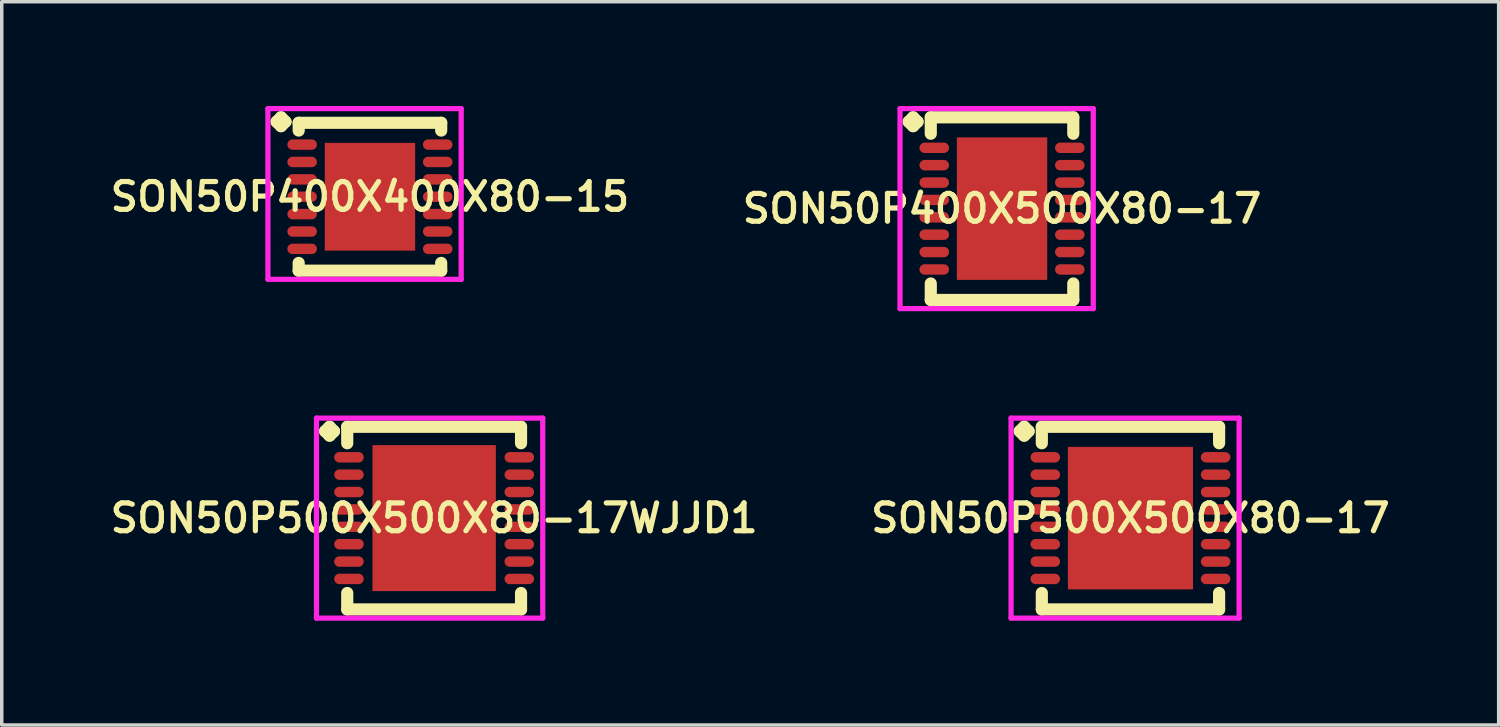
<source format=kicad_pcb>
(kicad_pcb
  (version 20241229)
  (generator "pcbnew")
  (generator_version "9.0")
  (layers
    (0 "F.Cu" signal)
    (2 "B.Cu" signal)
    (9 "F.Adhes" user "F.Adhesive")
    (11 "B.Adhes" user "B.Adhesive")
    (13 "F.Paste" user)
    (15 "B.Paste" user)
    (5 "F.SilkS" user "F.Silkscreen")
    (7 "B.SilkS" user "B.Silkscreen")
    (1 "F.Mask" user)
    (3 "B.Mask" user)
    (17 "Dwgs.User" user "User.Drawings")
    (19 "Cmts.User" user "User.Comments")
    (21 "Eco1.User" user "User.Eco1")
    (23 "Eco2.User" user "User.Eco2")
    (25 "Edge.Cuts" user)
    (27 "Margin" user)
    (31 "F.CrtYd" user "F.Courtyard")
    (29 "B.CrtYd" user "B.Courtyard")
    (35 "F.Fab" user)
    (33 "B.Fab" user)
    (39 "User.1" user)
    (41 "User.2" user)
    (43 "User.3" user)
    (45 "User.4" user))
  (footprint "SON50P500X500X80-17WJJD1"
    (layer "F.Cu")
    (at 9.44 11.856)
    (property "Reference" "SON50P500X500X80-17WJJD1" (at 0 0 0) (layer "F.SilkS") (effects (font (size 0.8 0.8) (thickness 0.15))))
    (attr smd)
    (fp_line (start -3.135 -2.5) (end -3.008 -2.627) (stroke (width 0.35) (type solid)) (layer "F.SilkS"))
    (fp_line (start -3.008 -2.627) (end -2.881 -2.5) (stroke (width 0.35) (type solid)) (layer "F.SilkS"))
    (fp_line (start -3.008 -2.373) (end -3.135 -2.5) (stroke (width 0.35) (type solid)) (layer "F.SilkS"))
    (fp_line (start -2.881 -2.5) (end -3.008 -2.373) (stroke (width 0.35) (type solid)) (layer "F.SilkS"))
    (fp_line (start -2.5 -2.627) (end 2.5 -2.627) (stroke (width 0.35) (type solid)) (layer "F.SilkS"))
    (fp_line (start -2.5 -2.154) (end -2.5 -2.627) (stroke (width 0.35) (type solid)) (layer "F.SilkS"))
    (fp_line (start -2.5 2.154) (end -2.5 2.627) (stroke (width 0.35) (type solid)) (layer "F.SilkS"))
    (fp_line (start -2.5 2.627) (end 2.5 2.627) (stroke (width 0.35) (type solid)) (layer "F.SilkS"))
    (fp_line (start 2.5 -2.627) (end 2.5 -2.154) (stroke (width 0.35) (type solid)) (layer "F.SilkS"))
    (fp_line (start 2.5 2.627) (end 2.5 2.154) (stroke (width 0.35) (type solid)) (layer "F.SilkS"))
    (fp_line (start -3.385 -2.877) (end 3.125 -2.877) (stroke (width 0.15) (type solid)) (layer "F.CrtYd"))
    (fp_line (start -3.385 2.877) (end -3.385 -2.877) (stroke (width 0.15) (type solid)) (layer "F.CrtYd"))
    (fp_line (start 3.125 -2.877) (end 3.125 2.877) (stroke (width 0.15) (type solid)) (layer "F.CrtYd"))
    (fp_line (start 3.125 2.877) (end -3.385 2.877) (stroke (width 0.15) (type solid)) (layer "F.CrtYd"))
    (pad "1" smd oval (at -2.45 -1.75) (size 0.85 0.3) (layers "F.Cu" "F.Mask" "F.Paste"))
    (pad "2" smd oval (at -2.45 -1.25) (size 0.85 0.3) (layers "F.Cu" "F.Mask" "F.Paste"))
    (pad "3" smd oval (at -2.45 -0.75) (size 0.85 0.3) (layers "F.Cu" "F.Mask" "F.Paste"))
    (pad "4" smd oval (at -2.45 -0.25) (size 0.85 0.3) (layers "F.Cu" "F.Mask" "F.Paste"))
    (pad "5" smd oval (at -2.45 0.25) (size 0.85 0.3) (layers "F.Cu" "F.Mask" "F.Paste"))
    (pad "6" smd oval (at -2.45 0.75) (size 0.85 0.3) (layers "F.Cu" "F.Mask" "F.Paste"))
    (pad "7" smd oval (at -2.45 1.25) (size 0.85 0.3) (layers "F.Cu" "F.Mask" "F.Paste"))
    (pad "8" smd oval (at -2.45 1.75) (size 0.85 0.3) (layers "F.Cu" "F.Mask" "F.Paste"))
    (pad "9" smd oval (at 2.45 1.75) (size 0.85 0.3) (layers "F.Cu" "F.Mask" "F.Paste"))
    (pad "10" smd oval (at 2.45 1.25) (size 0.85 0.3) (layers "F.Cu" "F.Mask" "F.Paste"))
    (pad "11" smd oval (at 2.45 0.75) (size 0.85 0.3) (layers "F.Cu" "F.Mask" "F.Paste"))
    (pad "12" smd oval (at 2.45 0.25) (size 0.85 0.3) (layers "F.Cu" "F.Mask" "F.Paste"))
    (pad "13" smd oval (at 2.45 -0.25) (size 0.85 0.3) (layers "F.Cu" "F.Mask" "F.Paste"))
    (pad "14" smd oval (at 2.45 -0.75) (size 0.85 0.3) (layers "F.Cu" "F.Mask" "F.Paste"))
    (pad "15" smd oval (at 2.45 -1.25) (size 0.85 0.3) (layers "F.Cu" "F.Mask" "F.Paste"))
    (pad "16" smd oval (at 2.45 -1.75) (size 0.85 0.3) (layers "F.Cu" "F.Mask" "F.Paste"))
    (pad "17" smd rect (at 0 0) (size 3.55 4.2) (layers "F.Cu" "F.Mask" "F.Paste")))
  (footprint "SON50P400X500X80-17"
    (layer "F.Cu")
    (at 25.778 2.952)
    (property "Reference" "SON50P400X500X80-17" (at 0 0 0) (layer "F.SilkS") (effects (font (size 0.8 0.8) (thickness 0.15))))
    (attr through_hole)
    (fp_line (start -2.685 -2.5) (end -2.558 -2.627) (stroke (width 0.35) (type solid)) (layer "F.SilkS"))
    (fp_line (start -2.558 -2.627) (end -2.431 -2.5) (stroke (width 0.35) (type solid)) (layer "F.SilkS"))
    (fp_line (start -2.558 -2.373) (end -2.685 -2.5) (stroke (width 0.35) (type solid)) (layer "F.SilkS"))
    (fp_line (start -2.431 -2.5) (end -2.558 -2.373) (stroke (width 0.35) (type solid)) (layer "F.SilkS"))
    (fp_line (start -2.05 -2.627) (end 2.05 -2.627) (stroke (width 0.35) (type solid)) (layer "F.SilkS"))
    (fp_line (start -2.05 -2.154) (end -2.05 -2.627) (stroke (width 0.35) (type solid)) (layer "F.SilkS"))
    (fp_line (start -2.05 2.154) (end -2.05 2.627) (stroke (width 0.35) (type solid)) (layer "F.SilkS"))
    (fp_line (start -2.05 2.627) (end 2.05 2.627) (stroke (width 0.35) (type solid)) (layer "F.SilkS"))
    (fp_line (start 2.05 -2.627) (end 2.05 -2.154) (stroke (width 0.35) (type solid)) (layer "F.SilkS"))
    (fp_line (start 2.05 2.627) (end 2.05 2.154) (stroke (width 0.35) (type solid)) (layer "F.SilkS"))
    (fp_line (start -2.935 -2.877) (end 2.625 -2.877) (stroke (width 0.15) (type solid)) (layer "F.CrtYd"))
    (fp_line (start -2.935 2.877) (end -2.935 -2.877) (stroke (width 0.15) (type solid)) (layer "F.CrtYd"))
    (fp_line (start 2.625 -2.877) (end 2.625 2.877) (stroke (width 0.15) (type solid)) (layer "F.CrtYd"))
    (fp_line (start 2.625 2.877) (end -2.935 2.877) (stroke (width 0.15) (type solid)) (layer "F.CrtYd"))
    (pad "1" smd oval (at -1.95 -1.75) (size 0.85 0.3) (layers "F.Cu" "F.Mask" "F.Paste"))
    (pad "2" smd oval (at -1.95 -1.25) (size 0.85 0.3) (layers "F.Cu" "F.Mask" "F.Paste"))
    (pad "3" smd oval (at -1.95 -0.75) (size 0.85 0.3) (layers "F.Cu" "F.Mask" "F.Paste"))
    (pad "4" smd oval (at -1.95 -0.25) (size 0.85 0.3) (layers "F.Cu" "F.Mask" "F.Paste"))
    (pad "5" smd oval (at -1.95 0.25) (size 0.85 0.3) (layers "F.Cu" "F.Mask" "F.Paste"))
    (pad "6" smd oval (at -1.95 0.75) (size 0.85 0.3) (layers "F.Cu" "F.Mask" "F.Paste"))
    (pad "7" smd oval (at -1.95 1.25) (size 0.85 0.3) (layers "F.Cu" "F.Mask" "F.Paste"))
    (pad "8" smd oval (at -1.95 1.75) (size 0.85 0.3) (layers "F.Cu" "F.Mask" "F.Paste"))
    (pad "9" smd oval (at 1.95 1.75) (size 0.85 0.3) (layers "F.Cu" "F.Mask" "F.Paste"))
    (pad "10" smd oval (at 1.95 1.25) (size 0.85 0.3) (layers "F.Cu" "F.Mask" "F.Paste"))
    (pad "11" smd oval (at 1.95 0.75) (size 0.85 0.3) (layers "F.Cu" "F.Mask" "F.Paste"))
    (pad "12" smd oval (at 1.95 0.25) (size 0.85 0.3) (layers "F.Cu" "F.Mask" "F.Paste"))
    (pad "13" smd oval (at 1.95 -0.25) (size 0.85 0.3) (layers "F.Cu" "F.Mask" "F.Paste"))
    (pad "14" smd oval (at 1.95 -0.75) (size 0.85 0.3) (layers "F.Cu" "F.Mask" "F.Paste"))
    (pad "15" smd oval (at 1.95 -1.25) (size 0.85 0.3) (layers "F.Cu" "F.Mask" "F.Paste"))
    (pad "16" smd oval (at 1.95 -1.75) (size 0.85 0.3) (layers "F.Cu" "F.Mask" "F.Paste"))
    (pad "17" smd rect (at 0 0) (size 2.6 4.1) (layers "F.Cu" "F.Mask" "F.Paste")))
  (footprint "SON50P500X500X80-17"
    (layer "F.Cu")
    (at 29.473 11.856)
    (property "Reference" "SON50P500X500X80-17" (at 0 0 0) (layer "F.SilkS") (effects (font (size 0.8 0.8) (thickness 0.15))))
    (attr smd)
    (fp_line (start -3.185 -2.5) (end -3.058 -2.627) (stroke (width 0.35) (type solid)) (layer "F.SilkS"))
    (fp_line (start -3.058 -2.627) (end -2.931 -2.5) (stroke (width 0.35) (type solid)) (layer "F.SilkS"))
    (fp_line (start -3.058 -2.373) (end -3.185 -2.5) (stroke (width 0.35) (type solid)) (layer "F.SilkS"))
    (fp_line (start -2.931 -2.5) (end -3.058 -2.373) (stroke (width 0.35) (type solid)) (layer "F.SilkS"))
    (fp_line (start -2.55 -2.627) (end 2.55 -2.627) (stroke (width 0.35) (type solid)) (layer "F.SilkS"))
    (fp_line (start -2.55 -2.154) (end -2.55 -2.627) (stroke (width 0.35) (type solid)) (layer "F.SilkS"))
    (fp_line (start -2.55 2.154) (end -2.55 2.627) (stroke (width 0.35) (type solid)) (layer "F.SilkS"))
    (fp_line (start -2.55 2.627) (end 2.55 2.627) (stroke (width 0.35) (type solid)) (layer "F.SilkS"))
    (fp_line (start 2.55 -2.627) (end 2.55 -2.154) (stroke (width 0.35) (type solid)) (layer "F.SilkS"))
    (fp_line (start 2.55 2.627) (end 2.55 2.154) (stroke (width 0.35) (type solid)) (layer "F.SilkS"))
    (fp_line (start -3.435 -2.877) (end 3.125 -2.877) (stroke (width 0.15) (type solid)) (layer "F.CrtYd"))
    (fp_line (start -3.435 2.877) (end -3.435 -2.877) (stroke (width 0.15) (type solid)) (layer "F.CrtYd"))
    (fp_line (start 3.125 -2.877) (end 3.125 2.877) (stroke (width 0.15) (type solid)) (layer "F.CrtYd"))
    (fp_line (start 3.125 2.877) (end -3.435 2.877) (stroke (width 0.15) (type solid)) (layer "F.CrtYd"))
    (pad "1" smd oval (at -2.45 -1.75) (size 0.85 0.3) (layers "F.Cu" "F.Mask" "F.Paste"))
    (pad "2" smd oval (at -2.45 -1.25) (size 0.85 0.3) (layers "F.Cu" "F.Mask" "F.Paste"))
    (pad "3" smd oval (at -2.45 -0.75) (size 0.85 0.3) (layers "F.Cu" "F.Mask" "F.Paste"))
    (pad "4" smd oval (at -2.45 -0.25) (size 0.85 0.3) (layers "F.Cu" "F.Mask" "F.Paste"))
    (pad "5" smd oval (at -2.45 0.25) (size 0.85 0.3) (layers "F.Cu" "F.Mask" "F.Paste"))
    (pad "6" smd oval (at -2.45 0.75) (size 0.85 0.3) (layers "F.Cu" "F.Mask" "F.Paste"))
    (pad "7" smd oval (at -2.45 1.25) (size 0.85 0.3) (layers "F.Cu" "F.Mask" "F.Paste"))
    (pad "8" smd oval (at -2.45 1.75) (size 0.85 0.3) (layers "F.Cu" "F.Mask" "F.Paste"))
    (pad "9" smd oval (at 2.45 1.75) (size 0.85 0.3) (layers "F.Cu" "F.Mask" "F.Paste"))
    (pad "10" smd oval (at 2.45 1.25) (size 0.85 0.3) (layers "F.Cu" "F.Mask" "F.Paste"))
    (pad "11" smd oval (at 2.45 0.75) (size 0.85 0.3) (layers "F.Cu" "F.Mask" "F.Paste"))
    (pad "12" smd oval (at 2.45 0.25) (size 0.85 0.3) (layers "F.Cu" "F.Mask" "F.Paste"))
    (pad "13" smd oval (at 2.45 -0.25) (size 0.85 0.3) (layers "F.Cu" "F.Mask" "F.Paste"))
    (pad "14" smd oval (at 2.45 -0.75) (size 0.85 0.3) (layers "F.Cu" "F.Mask" "F.Paste"))
    (pad "15" smd oval (at 2.45 -1.25) (size 0.85 0.3) (layers "F.Cu" "F.Mask" "F.Paste"))
    (pad "16" smd oval (at 2.45 -1.75) (size 0.85 0.3) (layers "F.Cu" "F.Mask" "F.Paste"))
    (pad "17" smd rect (at 0 0) (size 3.6 4.1) (layers "F.Cu" "F.Mask" "F.Paste")))
  (footprint "SON50P400X400X80-15"
    (layer "F.Cu")
    (at 7.593 2.61)
    (property "Reference" "SON50P400X400X80-15" (at 0 0 0) (layer "F.SilkS") (effects (font (size 0.8 0.8) (thickness 0.15))))
    (attr through_hole)
    (fp_line (start -2.685 -2.158) (end -2.558 -2.285) (stroke (width 0.35) (type solid)) (layer "F.SilkS"))
    (fp_line (start -2.558 -2.285) (end -2.431 -2.158) (stroke (width 0.35) (type solid)) (layer "F.SilkS"))
    (fp_line (start -2.558 -2.031) (end -2.685 -2.158) (stroke (width 0.35) (type solid)) (layer "F.SilkS"))
    (fp_line (start -2.431 -2.158) (end -2.558 -2.031) (stroke (width 0.35) (type solid)) (layer "F.SilkS"))
    (fp_line (start -2.05 -2.127) (end 2.05 -2.127) (stroke (width 0.35) (type solid)) (layer "F.SilkS"))
    (fp_line (start -2.05 -1.904) (end -2.05 -2.127) (stroke (width 0.35) (type solid)) (layer "F.SilkS"))
    (fp_line (start -2.05 1.904) (end -2.05 2.127) (stroke (width 0.35) (type solid)) (layer "F.SilkS"))
    (fp_line (start -2.05 2.127) (end 2.05 2.127) (stroke (width 0.35) (type solid)) (layer "F.SilkS"))
    (fp_line (start 2.05 -2.127) (end 2.05 -1.904) (stroke (width 0.35) (type solid)) (layer "F.SilkS"))
    (fp_line (start 2.05 2.127) (end 2.05 1.904) (stroke (width 0.35) (type solid)) (layer "F.SilkS"))
    (fp_line (start -2.935 -2.535) (end 2.625 -2.535) (stroke (width 0.15) (type solid)) (layer "F.CrtYd"))
    (fp_line (start -2.935 2.377) (end -2.935 -2.535) (stroke (width 0.15) (type solid)) (layer "F.CrtYd"))
    (fp_line (start 2.625 -2.535) (end 2.625 2.377) (stroke (width 0.15) (type solid)) (layer "F.CrtYd"))
    (fp_line (start 2.625 2.377) (end -2.935 2.377) (stroke (width 0.15) (type solid)) (layer "F.CrtYd"))
    (pad "1" smd oval (at -1.95 -1.5) (size 0.85 0.3) (layers "F.Cu" "F.Mask" "F.Paste"))
    (pad "2" smd oval (at -1.95 -1) (size 0.85 0.3) (layers "F.Cu" "F.Mask" "F.Paste"))
    (pad "3" smd oval (at -1.95 -0.5) (size 0.85 0.3) (layers "F.Cu" "F.Mask" "F.Paste"))
    (pad "4" smd oval (at -1.95 0) (size 0.85 0.3) (layers "F.Cu" "F.Mask" "F.Paste"))
    (pad "5" smd oval (at -1.95 0.5) (size 0.85 0.3) (layers "F.Cu" "F.Mask" "F.Paste"))
    (pad "6" smd oval (at -1.95 1) (size 0.85 0.3) (layers "F.Cu" "F.Mask" "F.Paste"))
    (pad "7" smd oval (at -1.95 1.5) (size 0.85 0.3) (layers "F.Cu" "F.Mask" "F.Paste"))
    (pad "8" smd oval (at 1.95 1.5) (size 0.85 0.3) (layers "F.Cu" "F.Mask" "F.Paste"))
    (pad "9" smd oval (at 1.95 1) (size 0.85 0.3) (layers "F.Cu" "F.Mask" "F.Paste"))
    (pad "10" smd oval (at 1.95 0.5) (size 0.85 0.3) (layers "F.Cu" "F.Mask" "F.Paste"))
    (pad "11" smd oval (at 1.95 0) (size 0.85 0.3) (layers "F.Cu" "F.Mask" "F.Paste"))
    (pad "12" smd oval (at 1.95 -0.5) (size 0.85 0.3) (layers "F.Cu" "F.Mask" "F.Paste"))
    (pad "13" smd oval (at 1.95 -1) (size 0.85 0.3) (layers "F.Cu" "F.Mask" "F.Paste"))
    (pad "14" smd oval (at 1.95 -1.5) (size 0.85 0.3) (layers "F.Cu" "F.Mask" "F.Paste"))
    (pad "15" smd rect (at 0 0) (size 2.6 3.1) (layers "F.Cu" "F.Mask" "F.Paste")))
  (gr_rect
    (start -3 -3)
    (end 40.066 17.808)
    (stroke (width 0.1) (type default))
    (fill no)
    (layer "Edge.Cuts")))
</source>
